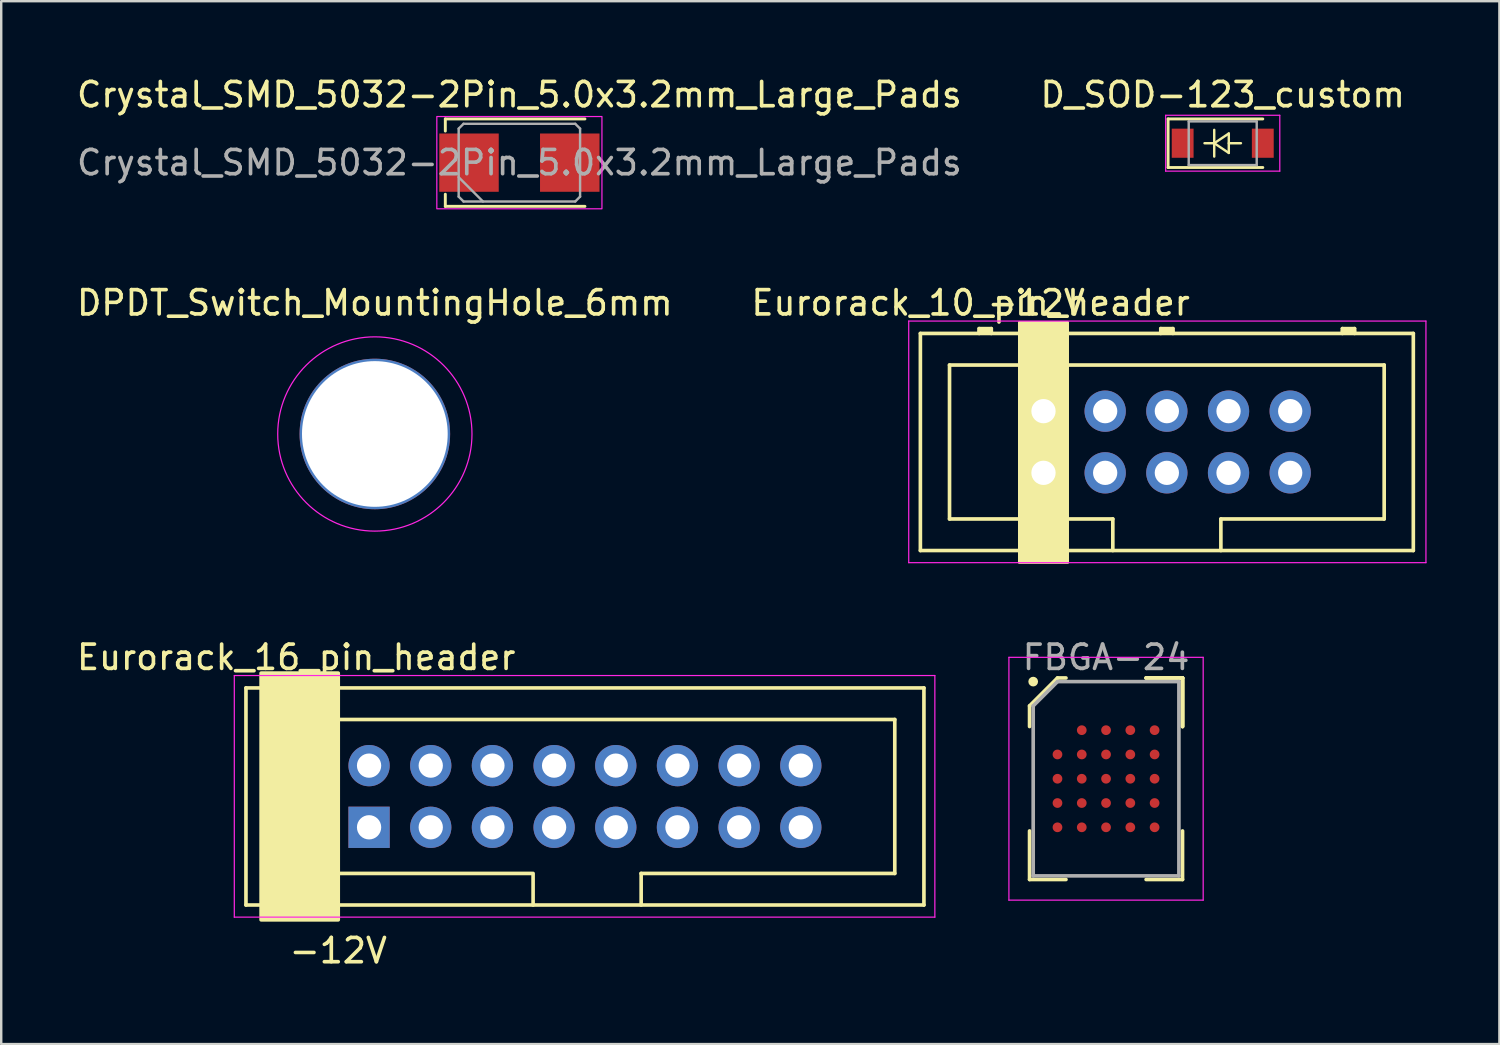
<source format=kicad_pcb>
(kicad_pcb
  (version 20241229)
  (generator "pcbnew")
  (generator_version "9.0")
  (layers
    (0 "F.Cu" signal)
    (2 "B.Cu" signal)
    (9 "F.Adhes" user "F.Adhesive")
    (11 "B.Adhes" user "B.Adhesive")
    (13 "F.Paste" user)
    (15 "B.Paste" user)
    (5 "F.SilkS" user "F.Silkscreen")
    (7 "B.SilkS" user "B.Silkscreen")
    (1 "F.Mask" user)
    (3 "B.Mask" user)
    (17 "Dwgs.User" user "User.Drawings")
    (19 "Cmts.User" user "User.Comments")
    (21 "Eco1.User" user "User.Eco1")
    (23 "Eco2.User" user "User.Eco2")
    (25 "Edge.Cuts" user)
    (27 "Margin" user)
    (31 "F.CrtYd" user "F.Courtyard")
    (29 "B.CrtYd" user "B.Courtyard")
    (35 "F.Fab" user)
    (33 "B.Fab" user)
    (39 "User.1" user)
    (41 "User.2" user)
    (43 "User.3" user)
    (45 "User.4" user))
  (footprint "Eurorack_10_pin_header"
    (layer "F.Cu")
    (at 39.923 16.422)
    (property "Reference" "Eurorack_10_pin_header" (at -3 -7 0) (layer "F.SilkS") (effects (font (size 1 1) (thickness 0.15))))
    (attr through_hole)
    (fp_line (start -5.07 -5.74) (end 15.23 -5.74) (stroke (width 0.15) (type solid)) (layer "F.SilkS"))
    (fp_line (start -5.07 3.2) (end -5.07 -5.74) (stroke (width 0.15) (type solid)) (layer "F.SilkS"))
    (fp_line (start -3.87 -4.44) (end 14.03 -4.44) (stroke (width 0.15) (type solid)) (layer "F.SilkS"))
    (fp_line (start -3.87 1.9) (end -3.87 -4.44) (stroke (width 0.15) (type solid)) (layer "F.SilkS"))
    (fp_line (start -2.65 -5.94) (end -2.15 -5.94) (stroke (width 0.15) (type solid)) (layer "F.SilkS"))
    (fp_line (start -2.65 -5.84) (end -2.15 -5.84) (stroke (width 0.15) (type solid)) (layer "F.SilkS"))
    (fp_line (start -2.65 -5.74) (end -2.65 -5.94) (stroke (width 0.15) (type solid)) (layer "F.SilkS"))
    (fp_line (start -2.15 -5.94) (end -2.15 -5.74) (stroke (width 0.15) (type solid)) (layer "F.SilkS"))
    (fp_line (start 2.855 1.9) (end -3.87 1.9) (stroke (width 0.15) (type solid)) (layer "F.SilkS"))
    (fp_line (start 2.855 3.2) (end 2.855 1.9) (stroke (width 0.15) (type solid)) (layer "F.SilkS"))
    (fp_line (start 4.83 -5.94) (end 5.33 -5.94) (stroke (width 0.15) (type solid)) (layer "F.SilkS"))
    (fp_line (start 4.83 -5.84) (end 5.33 -5.84) (stroke (width 0.15) (type solid)) (layer "F.SilkS"))
    (fp_line (start 4.83 -5.74) (end 4.83 -5.94) (stroke (width 0.15) (type solid)) (layer "F.SilkS"))
    (fp_line (start 5.33 -5.94) (end 5.33 -5.74) (stroke (width 0.15) (type solid)) (layer "F.SilkS"))
    (fp_line (start 7.305 1.9) (end 7.305 3.2) (stroke (width 0.15) (type solid)) (layer "F.SilkS"))
    (fp_line (start 12.31 -5.94) (end 12.81 -5.94) (stroke (width 0.15) (type solid)) (layer "F.SilkS"))
    (fp_line (start 12.31 -5.84) (end 12.81 -5.84) (stroke (width 0.15) (type solid)) (layer "F.SilkS"))
    (fp_line (start 12.31 -5.74) (end 12.31 -5.94) (stroke (width 0.15) (type solid)) (layer "F.SilkS"))
    (fp_line (start 12.81 -5.94) (end 12.81 -5.74) (stroke (width 0.15) (type solid)) (layer "F.SilkS"))
    (fp_line (start 14.03 -4.44) (end 14.03 1.9) (stroke (width 0.15) (type solid)) (layer "F.SilkS"))
    (fp_line (start 14.03 1.9) (end 7.305 1.9) (stroke (width 0.15) (type solid)) (layer "F.SilkS"))
    (fp_line (start 15.23 -5.74) (end 15.23 3.2) (stroke (width 0.15) (type solid)) (layer "F.SilkS"))
    (fp_line (start 15.23 3.2) (end -5.07 3.2) (stroke (width 0.15) (type solid)) (layer "F.SilkS"))
    (fp_poly (pts (xy -1 -6.2) (xy 1 -6.2) (xy 1 3.7) (xy -1 3.7)) (stroke (width 0.1) (type solid)) (fill yes) (layer "F.SilkS"))
    (fp_line (start -5.55 -6.25) (end 15.75 -6.25) (stroke (width 0.05) (type solid)) (layer "F.CrtYd"))
    (fp_line (start -5.55 3.7) (end -5.55 -6.25) (stroke (width 0.05) (type solid)) (layer "F.CrtYd"))
    (fp_line (start 15.75 -6.25) (end 15.75 3.7) (stroke (width 0.05) (type solid)) (layer "F.CrtYd"))
    (fp_line (start 15.75 3.7) (end -5.55 3.7) (stroke (width 0.05) (type solid)) (layer "F.CrtYd"))
    (fp_text user "-12V" (at -0.3 -7 0) (layer "F.SilkS") (effects (font (size 1 1) (thickness 0.15))))
    (pad "1" thru_hole rect (at 0 0) (size 1.7 1.7) (drill 1) (layers "*.Cu" "*.Mask"))
    (pad "2" thru_hole circle (at 0 -2.54) (size 1.7 1.7) (drill 1) (layers "*.Cu" "*.Mask"))
    (pad "3" thru_hole circle (at 2.54 0) (size 1.7 1.7) (drill 1) (layers "*.Cu" "*.Mask"))
    (pad "4" thru_hole circle (at 2.54 -2.54) (size 1.7 1.7) (drill 1) (layers "*.Cu" "*.Mask"))
    (pad "5" thru_hole circle (at 5.08 0) (size 1.7 1.7) (drill 1) (layers "*.Cu" "*.Mask"))
    (pad "6" thru_hole circle (at 5.08 -2.54) (size 1.7 1.7) (drill 1) (layers "*.Cu" "*.Mask"))
    (pad "7" thru_hole circle (at 7.62 0) (size 1.7 1.7) (drill 1) (layers "*.Cu" "*.Mask"))
    (pad "8" thru_hole circle (at 7.62 -2.54) (size 1.7 1.7) (drill 1) (layers "*.Cu" "*.Mask"))
    (pad "9" thru_hole circle (at 10.16 0) (size 1.7 1.7) (drill 1) (layers "*.Cu" "*.Mask"))
    (pad "10" thru_hole circle (at 10.16 -2.54) (size 1.7 1.7) (drill 1) (layers "*.Cu" "*.Mask")))
  (footprint "Crystal_SMD_5032-2Pin_5.0x3.2mm_Large_Pads"
    (layer "F.Cu")
    (at 18.339 3.648)
    (property "Reference" "Crystal_SMD_5032-2Pin_5.0x3.2mm_Large_Pads" (at 0 -2.8 0) (layer "F.SilkS") (effects (font (size 1 1) (thickness 0.15))))
    (attr smd)
    (fp_line (start -3.05 -1.8) (end -3.05 -1.3) (stroke (width 0.12) (type solid)) (layer "F.SilkS"))
    (fp_line (start -3.05 1.3) (end -3.05 1.8) (stroke (width 0.12) (type solid)) (layer "F.SilkS"))
    (fp_line (start -3.05 1.8) (end 2.7 1.8) (stroke (width 0.12) (type solid)) (layer "F.SilkS"))
    (fp_line (start 2.7 -1.8) (end -3.05 -1.8) (stroke (width 0.12) (type solid)) (layer "F.SilkS"))
    (fp_rect (start -3.4 -1.9) (end 3.4 1.9) (stroke (width 0.05) (type default)) (fill no) (layer "F.CrtYd"))
    (fp_line (start -2.5 -1.4) (end -2.3 -1.6) (stroke (width 0.1) (type solid)) (layer "F.Fab"))
    (fp_line (start -2.5 0.6) (end -1.5 1.6) (stroke (width 0.1) (type solid)) (layer "F.Fab"))
    (fp_line (start -2.5 1.4) (end -2.5 -1.4) (stroke (width 0.1) (type solid)) (layer "F.Fab"))
    (fp_line (start -2.3 -1.6) (end 2.3 -1.6) (stroke (width 0.1) (type solid)) (layer "F.Fab"))
    (fp_line (start -2.3 1.6) (end -2.5 1.4) (stroke (width 0.1) (type solid)) (layer "F.Fab"))
    (fp_line (start 2.3 -1.6) (end 2.5 -1.4) (stroke (width 0.1) (type solid)) (layer "F.Fab"))
    (fp_line (start 2.3 1.6) (end -2.3 1.6) (stroke (width 0.1) (type solid)) (layer "F.Fab"))
    (fp_line (start 2.5 -1.4) (end 2.5 1.4) (stroke (width 0.1) (type solid)) (layer "F.Fab"))
    (fp_line (start 2.5 1.4) (end 2.3 1.6) (stroke (width 0.1) (type solid)) (layer "F.Fab"))
    (fp_text user "${REFERENCE}" (at 0 0 0) (layer "F.Fab") (effects (font (size 1 1) (thickness 0.15))))
    (pad "1" smd rect (at -2.075 0) (size 2.45 2.4) (layers "F.Cu" "F.Mask" "F.Paste"))
    (pad "2" smd rect (at 2.075 0) (size 2.45 2.4) (layers "F.Cu" "F.Mask" "F.Paste")))
  (footprint "DPDT_Switch_MountingHole_6mm"
    (layer "F.Cu")
    (at 12.387 14.822)
    (property "Reference" "DPDT_Switch_MountingHole_6mm" (at 0 -5.4 0) (layer "F.SilkS") (effects (font (size 1 1) (thickness 0.15))))
    (attr through_hole)
    (fp_circle (center 0 0) (end 2.5 0) (stroke (width 0.15) (type solid)) (fill no) (layer "Cmts.User"))
    (fp_circle (center 0 0) (end 4 0) (stroke (width 0.05) (type solid)) (fill no) (layer "F.CrtYd"))
    (pad "" np_thru_hole circle (at 0 0) (size 6.2 6.2) (drill 6) (layers "*.Cu" "*.Mask")))
  (footprint "FBGA-24"
    (layer "F.Cu")
    (at 42.499 29.02)
    (property "Reference" "FBGA-24" (at 0 -5 0) (layer "F.Fab") (effects (font (size 1 1) (thickness 0.15))))
    (attr smd)
    (fp_line (start -3.15 -3) (end -3.15 -2.15) (stroke (width 0.15) (type solid)) (layer "F.SilkS"))
    (fp_line (start -3.15 4.15) (end -3.15 2.15) (stroke (width 0.15) (type solid)) (layer "F.SilkS"))
    (fp_line (start -2 -4.15) (end -3.15 -3) (stroke (width 0.15) (type solid)) (layer "F.SilkS"))
    (fp_line (start -1.65 -4.15) (end -2 -4.15) (stroke (width 0.15) (type solid)) (layer "F.SilkS"))
    (fp_line (start -1.65 4.15) (end -3.15 4.15) (stroke (width 0.15) (type solid)) (layer "F.SilkS"))
    (fp_line (start 1.65 -4.15) (end 3.15 -4.15) (stroke (width 0.15) (type solid)) (layer "F.SilkS"))
    (fp_line (start 1.65 -4.15) (end 3.15 -4.15) (stroke (width 0.15) (type solid)) (layer "F.SilkS"))
    (fp_line (start 1.65 -4.15) (end 3.15 -4.15) (stroke (width 0.15) (type solid)) (layer "F.SilkS"))
    (fp_line (start 1.65 4.15) (end 3.15 4.15) (stroke (width 0.15) (type solid)) (layer "F.SilkS"))
    (fp_line (start 3.15 -4.15) (end 3.15 -2.15) (stroke (width 0.15) (type solid)) (layer "F.SilkS"))
    (fp_line (start 3.15 -4.15) (end 3.15 -2.15) (stroke (width 0.15) (type solid)) (layer "F.SilkS"))
    (fp_line (start 3.15 -4.15) (end 3.15 -2.15) (stroke (width 0.15) (type solid)) (layer "F.SilkS"))
    (fp_line (start 3.15 4.15) (end 3.15 2.15) (stroke (width 0.15) (type solid)) (layer "F.SilkS"))
    (fp_circle (center -3 -4) (end -3 -3.9) (stroke (width 0.2) (type solid)) (fill no) (layer "F.SilkS"))
    (fp_line (start -4 -5) (end 4 -5) (stroke (width 0.05) (type solid)) (layer "F.CrtYd"))
    (fp_line (start -4 5) (end -4 -5) (stroke (width 0.05) (type solid)) (layer "F.CrtYd"))
    (fp_line (start 4 -5) (end 4 5) (stroke (width 0.05) (type solid)) (layer "F.CrtYd"))
    (fp_line (start 4 5) (end -4 5) (stroke (width 0.05) (type solid)) (layer "F.CrtYd"))
    (fp_line (start -3 -3) (end -3 4) (stroke (width 0.15) (type solid)) (layer "F.Fab"))
    (fp_line (start -3 4) (end 3 4) (stroke (width 0.15) (type solid)) (layer "F.Fab"))
    (fp_line (start -2 -4) (end -3 -3) (stroke (width 0.15) (type solid)) (layer "F.Fab"))
    (fp_line (start 3 -4) (end -2 -4) (stroke (width 0.15) (type solid)) (layer "F.Fab"))
    (fp_line (start 3 4) (end 3 -4) (stroke (width 0.15) (type solid)) (layer "F.Fab"))
    (pad "A2" smd circle (at -1 -2) (size 0.4 0.4) (layers "F.Cu" "F.Mask" "F.Paste"))
    (pad "A3" smd circle (at 0 -2) (size 0.4 0.4) (layers "F.Cu" "F.Mask" "F.Paste"))
    (pad "A4" smd circle (at 1 -2) (size 0.4 0.4) (layers "F.Cu" "F.Mask" "F.Paste"))
    (pad "A5" smd circle (at 2 -2) (size 0.4 0.4) (layers "F.Cu" "F.Mask" "F.Paste"))
    (pad "B1" smd circle (at -2 -1) (size 0.4 0.4) (layers "F.Cu" "F.Mask" "F.Paste"))
    (pad "B2" smd circle (at -1 -1) (size 0.4 0.4) (layers "F.Cu" "F.Mask" "F.Paste"))
    (pad "B3" smd circle (at 0 -1) (size 0.4 0.4) (layers "F.Cu" "F.Mask" "F.Paste"))
    (pad "B4" smd circle (at 1 -1) (size 0.4 0.4) (layers "F.Cu" "F.Mask" "F.Paste"))
    (pad "B5" smd circle (at 2 -1) (size 0.4 0.4) (layers "F.Cu" "F.Mask" "F.Paste"))
    (pad "C1" smd circle (at -2 0) (size 0.4 0.4) (layers "F.Cu" "F.Mask" "F.Paste"))
    (pad "C2" smd circle (at -1 0) (size 0.4 0.4) (layers "F.Cu" "F.Mask" "F.Paste"))
    (pad "C3" smd circle (at 0 0) (size 0.4 0.4) (layers "F.Cu" "F.Mask" "F.Paste"))
    (pad "C4" smd circle (at 1 0) (size 0.4 0.4) (layers "F.Cu" "F.Mask" "F.Paste"))
    (pad "C5" smd circle (at 2 0) (size 0.4 0.4) (layers "F.Cu" "F.Mask" "F.Paste"))
    (pad "D1" smd circle (at -2 1) (size 0.4 0.4) (layers "F.Cu" "F.Mask" "F.Paste"))
    (pad "D2" smd circle (at -1 1) (size 0.4 0.4) (layers "F.Cu" "F.Mask" "F.Paste"))
    (pad "D3" smd circle (at 0 1) (size 0.4 0.4) (layers "F.Cu" "F.Mask" "F.Paste"))
    (pad "D4" smd circle (at 1 1) (size 0.4 0.4) (layers "F.Cu" "F.Mask" "F.Paste"))
    (pad "D5" smd circle (at 2 1) (size 0.4 0.4) (layers "F.Cu" "F.Mask" "F.Paste"))
    (pad "E1" smd circle (at -2 2) (size 0.4 0.4) (layers "F.Cu" "F.Mask" "F.Paste"))
    (pad "E2" smd circle (at -1 2) (size 0.4 0.4) (layers "F.Cu" "F.Mask" "F.Paste"))
    (pad "E3" smd circle (at 0 2) (size 0.4 0.4) (layers "F.Cu" "F.Mask" "F.Paste"))
    (pad "E4" smd circle (at 1 2) (size 0.4 0.4) (layers "F.Cu" "F.Mask" "F.Paste"))
    (pad "E5" smd circle (at 2 2) (size 0.4 0.4) (layers "F.Cu" "F.Mask" "F.Paste")))
  (footprint "Eurorack_16_pin_header"
    (layer "F.Cu")
    (at 12.149 31.02)
    (property "Reference" "Eurorack_16_pin_header" (at -3 -7 0) (layer "F.SilkS") (effects (font (size 1 1) (thickness 0.15))))
    (attr through_hole)
    (fp_line (start -5.07 -5.74) (end 22.85 -5.74) (stroke (width 0.15) (type solid)) (layer "F.SilkS"))
    (fp_line (start -5.07 3.2) (end -5.07 -5.74) (stroke (width 0.15) (type solid)) (layer "F.SilkS"))
    (fp_line (start -3.87 -4.44) (end 21.65 -4.44) (stroke (width 0.15) (type solid)) (layer "F.SilkS"))
    (fp_line (start -3.87 1.9) (end -3.87 -4.44) (stroke (width 0.15) (type solid)) (layer "F.SilkS"))
    (fp_line (start 6.7 1.9) (end -3.87 1.9) (stroke (width 0.15) (type solid)) (layer "F.SilkS"))
    (fp_line (start 6.755 3.2) (end 6.755 1.9) (stroke (width 0.15) (type solid)) (layer "F.SilkS"))
    (fp_line (start 11.205 1.9) (end 11.205 3.2) (stroke (width 0.15) (type solid)) (layer "F.SilkS"))
    (fp_line (start 21.65 -4.44) (end 21.65 1.9) (stroke (width 0.15) (type solid)) (layer "F.SilkS"))
    (fp_line (start 21.65 1.9) (end 11.2 1.9) (stroke (width 0.15) (type solid)) (layer "F.SilkS"))
    (fp_line (start 22.85 -5.74) (end 22.85 3.2) (stroke (width 0.15) (type solid)) (layer "F.SilkS"))
    (fp_line (start 22.85 3.2) (end -5.07 3.2) (stroke (width 0.15) (type solid)) (layer "F.SilkS"))
    (fp_poly (pts (xy -4.445 -6.35) (xy -1.27 -6.35) (xy -1.27 3.81) (xy -4.445 3.81)) (stroke (width 0.15) (type solid)) (fill yes) (layer "F.SilkS"))
    (fp_line (start -5.55 -6.25) (end 23.3 -6.25) (stroke (width 0.05) (type solid)) (layer "F.CrtYd"))
    (fp_line (start -5.55 3.7) (end -5.55 -6.25) (stroke (width 0.05) (type solid)) (layer "F.CrtYd"))
    (fp_line (start 23.3 -6.25) (end 23.3 3.7) (stroke (width 0.05) (type solid)) (layer "F.CrtYd"))
    (fp_line (start 23.3 3.7) (end -5.55 3.7) (stroke (width 0.05) (type solid)) (layer "F.CrtYd"))
    (fp_text user "-12V" (at -1.27 5.08 0) (layer "F.SilkS") (effects (font (size 1 1) (thickness 0.15))))
    (pad "1" thru_hole rect (at 0 0) (size 1.7 1.7) (drill 1) (layers "*.Cu" "*.Mask"))
    (pad "2" thru_hole circle (at 0 -2.54) (size 1.7 1.7) (drill 1) (layers "*.Cu" "*.Mask"))
    (pad "3" thru_hole circle (at 2.54 0) (size 1.7 1.7) (drill 1) (layers "*.Cu" "*.Mask"))
    (pad "4" thru_hole circle (at 2.54 -2.54) (size 1.7 1.7) (drill 1) (layers "*.Cu" "*.Mask"))
    (pad "5" thru_hole circle (at 5.08 0) (size 1.7 1.7) (drill 1) (layers "*.Cu" "*.Mask"))
    (pad "6" thru_hole circle (at 5.08 -2.54) (size 1.7 1.7) (drill 1) (layers "*.Cu" "*.Mask"))
    (pad "7" thru_hole circle (at 7.62 0) (size 1.7 1.7) (drill 1) (layers "*.Cu" "*.Mask"))
    (pad "8" thru_hole circle (at 7.62 -2.54) (size 1.7 1.7) (drill 1) (layers "*.Cu" "*.Mask"))
    (pad "9" thru_hole circle (at 10.16 0) (size 1.7 1.7) (drill 1) (layers "*.Cu" "*.Mask"))
    (pad "10" thru_hole circle (at 10.16 -2.54) (size 1.7 1.7) (drill 1) (layers "*.Cu" "*.Mask"))
    (pad "11" thru_hole circle (at 12.7 0) (size 1.7 1.7) (drill 1) (layers "*.Cu" "*.Mask"))
    (pad "12" thru_hole circle (at 12.7 -2.54) (size 1.7 1.7) (drill 1) (layers "*.Cu" "*.Mask"))
    (pad "13" thru_hole circle (at 15.24 0) (size 1.7 1.7) (drill 1) (layers "*.Cu" "*.Mask"))
    (pad "14" thru_hole circle (at 15.24 -2.54) (size 1.7 1.7) (drill 1) (layers "*.Cu" "*.Mask"))
    (pad "15" thru_hole circle (at 17.78 0) (size 1.7 1.7) (drill 1) (layers "*.Cu" "*.Mask"))
    (pad "16" thru_hole circle (at 17.78 -2.54) (size 1.7 1.7) (drill 1) (layers "*.Cu" "*.Mask")))
  (footprint "D_SOD-123_custom"
    (layer "F.Cu")
    (at 47.304 2.848)
    (property "Reference" "D_SOD-123_custom" (at 0 -2 0) (layer "F.SilkS") (effects (font (size 1 1) (thickness 0.15))))
    (attr smd)
    (fp_line (start -2.25 -1) (end -2.25 1) (stroke (width 0.12) (type solid)) (layer "F.SilkS"))
    (fp_line (start -2.25 -1) (end 1.65 -1) (stroke (width 0.12) (type solid)) (layer "F.SilkS"))
    (fp_line (start -2.25 1) (end 1.65 1) (stroke (width 0.12) (type solid)) (layer "F.SilkS"))
    (fp_line (start -0.75 0) (end -0.35 0) (stroke (width 0.1) (type solid)) (layer "F.SilkS"))
    (fp_line (start -0.35 0) (end -0.35 -0.55) (stroke (width 0.1) (type solid)) (layer "F.SilkS"))
    (fp_line (start -0.35 0) (end -0.35 0.55) (stroke (width 0.1) (type solid)) (layer "F.SilkS"))
    (fp_line (start -0.35 0) (end 0.25 -0.4) (stroke (width 0.1) (type solid)) (layer "F.SilkS"))
    (fp_line (start 0.25 -0.4) (end 0.25 0.4) (stroke (width 0.1) (type solid)) (layer "F.SilkS"))
    (fp_line (start 0.25 0) (end 0.75 0) (stroke (width 0.1) (type solid)) (layer "F.SilkS"))
    (fp_line (start 0.25 0.4) (end -0.35 0) (stroke (width 0.1) (type solid)) (layer "F.SilkS"))
    (fp_line (start -2.35 -1.15) (end -2.35 1.15) (stroke (width 0.05) (type solid)) (layer "F.CrtYd"))
    (fp_line (start -2.35 -1.15) (end 2.35 -1.15) (stroke (width 0.05) (type solid)) (layer "F.CrtYd"))
    (fp_line (start 2.35 -1.15) (end 2.35 1.15) (stroke (width 0.05) (type solid)) (layer "F.CrtYd"))
    (fp_line (start 2.35 1.15) (end -2.35 1.15) (stroke (width 0.05) (type solid)) (layer "F.CrtYd"))
    (fp_line (start -1.4 -0.9) (end 1.4 -0.9) (stroke (width 0.1) (type solid)) (layer "F.Fab"))
    (fp_line (start -1.4 0.9) (end -1.4 -0.9) (stroke (width 0.1) (type solid)) (layer "F.Fab"))
    (fp_line (start 1.4 -0.9) (end 1.4 0.9) (stroke (width 0.1) (type solid)) (layer "F.Fab"))
    (fp_line (start 1.4 0.9) (end -1.4 0.9) (stroke (width 0.1) (type solid)) (layer "F.Fab"))
    (pad "1" smd rect (at -1.65 0) (size 0.9 1.2) (layers "F.Cu" "F.Mask" "F.Paste"))
    (pad "2" smd rect (at 1.65 0) (size 0.9 1.2) (layers "F.Cu" "F.Mask" "F.Paste")))
  (gr_rect
    (start -3 -3)
    (end 58.698 39.948)
    (stroke (width 0.1) (type default))
    (fill no)
    (layer "Edge.Cuts")))
</source>
